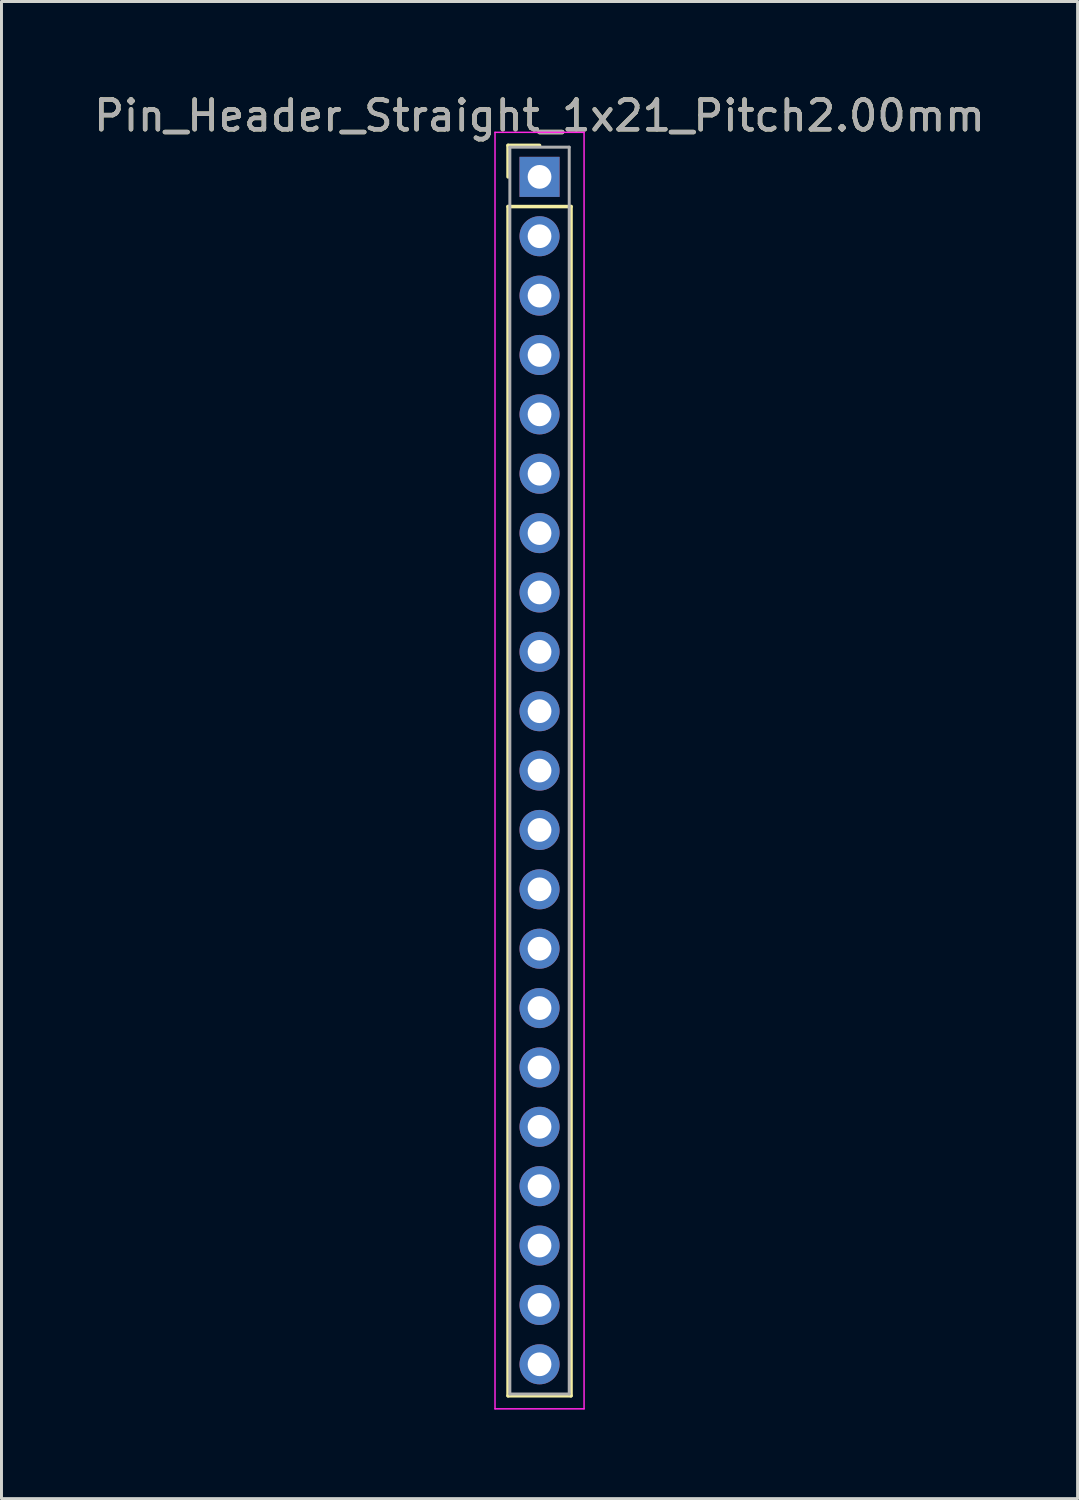
<source format=kicad_pcb>
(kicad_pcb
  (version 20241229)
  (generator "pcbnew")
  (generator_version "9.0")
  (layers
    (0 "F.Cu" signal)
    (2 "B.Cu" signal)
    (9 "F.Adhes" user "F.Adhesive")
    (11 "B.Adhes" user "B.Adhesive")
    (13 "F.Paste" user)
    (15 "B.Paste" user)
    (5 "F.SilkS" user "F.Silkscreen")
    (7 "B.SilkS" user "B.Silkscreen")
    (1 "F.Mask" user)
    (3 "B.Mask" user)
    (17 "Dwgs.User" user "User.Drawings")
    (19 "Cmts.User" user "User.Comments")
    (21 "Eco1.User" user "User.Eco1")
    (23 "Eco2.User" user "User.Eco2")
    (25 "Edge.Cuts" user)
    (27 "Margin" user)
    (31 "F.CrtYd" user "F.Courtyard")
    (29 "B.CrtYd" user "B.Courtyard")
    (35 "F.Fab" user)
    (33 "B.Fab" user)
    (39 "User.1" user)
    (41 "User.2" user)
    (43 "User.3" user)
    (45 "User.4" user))
  (footprint "Pin_Header_Straight_1x21_Pitch2.00mm"
    (layer "F.Cu")
    (at 15.125 2.908)
    (property "Reference" "Pin_Header_Straight_1x21_Pitch2.00mm" (at 0 -2.06 0) (layer "F.SilkS") (effects (font (size 1 1) (thickness 0.15))))
    (attr through_hole)
    (fp_line (start -1.06 -1.06) (end 0 -1.06) (stroke (width 0.12) (type solid)) (layer "F.SilkS"))
    (fp_line (start -1.06 0) (end -1.06 -1.06) (stroke (width 0.12) (type solid)) (layer "F.SilkS"))
    (fp_line (start -1.06 1) (end -1.06 41.06) (stroke (width 0.12) (type solid)) (layer "F.SilkS"))
    (fp_line (start -1.06 41.06) (end 1.06 41.06) (stroke (width 0.12) (type solid)) (layer "F.SilkS"))
    (fp_line (start 1.06 1) (end -1.06 1) (stroke (width 0.12) (type solid)) (layer "F.SilkS"))
    (fp_line (start 1.06 41.06) (end 1.06 1) (stroke (width 0.12) (type solid)) (layer "F.SilkS"))
    (fp_line (start -1.5 -1.5) (end -1.5 41.5) (stroke (width 0.05) (type solid)) (layer "F.CrtYd"))
    (fp_line (start -1.5 41.5) (end 1.5 41.5) (stroke (width 0.05) (type solid)) (layer "F.CrtYd"))
    (fp_line (start 1.5 -1.5) (end -1.5 -1.5) (stroke (width 0.05) (type solid)) (layer "F.CrtYd"))
    (fp_line (start 1.5 41.5) (end 1.5 -1.5) (stroke (width 0.05) (type solid)) (layer "F.CrtYd"))
    (fp_line (start -1 -1) (end -1 41) (stroke (width 0.1) (type solid)) (layer "F.Fab"))
    (fp_line (start -1 41) (end 1 41) (stroke (width 0.1) (type solid)) (layer "F.Fab"))
    (fp_line (start 1 -1) (end -1 -1) (stroke (width 0.1) (type solid)) (layer "F.Fab"))
    (fp_line (start 1 41) (end 1 -1) (stroke (width 0.1) (type solid)) (layer "F.Fab"))
    (fp_text user "${REFERENCE}" (at 0 -2.06 0) (layer "F.Fab") (effects (font (size 1 1) (thickness 0.15))))
    (pad "1" thru_hole rect (at 0 0) (size 1.35 1.35) (drill 0.8) (layers "*.Cu" "*.Mask"))
    (pad "2" thru_hole oval (at 0 2) (size 1.35 1.35) (drill 0.8) (layers "*.Cu" "*.Mask"))
    (pad "3" thru_hole oval (at 0 4) (size 1.35 1.35) (drill 0.8) (layers "*.Cu" "*.Mask"))
    (pad "4" thru_hole oval (at 0 6) (size 1.35 1.35) (drill 0.8) (layers "*.Cu" "*.Mask"))
    (pad "5" thru_hole oval (at 0 8) (size 1.35 1.35) (drill 0.8) (layers "*.Cu" "*.Mask"))
    (pad "6" thru_hole oval (at 0 10) (size 1.35 1.35) (drill 0.8) (layers "*.Cu" "*.Mask"))
    (pad "7" thru_hole oval (at 0 12) (size 1.35 1.35) (drill 0.8) (layers "*.Cu" "*.Mask"))
    (pad "8" thru_hole oval (at 0 14) (size 1.35 1.35) (drill 0.8) (layers "*.Cu" "*.Mask"))
    (pad "9" thru_hole oval (at 0 16) (size 1.35 1.35) (drill 0.8) (layers "*.Cu" "*.Mask"))
    (pad "10" thru_hole oval (at 0 18) (size 1.35 1.35) (drill 0.8) (layers "*.Cu" "*.Mask"))
    (pad "11" thru_hole oval (at 0 20) (size 1.35 1.35) (drill 0.8) (layers "*.Cu" "*.Mask"))
    (pad "12" thru_hole oval (at 0 22) (size 1.35 1.35) (drill 0.8) (layers "*.Cu" "*.Mask"))
    (pad "13" thru_hole oval (at 0 24) (size 1.35 1.35) (drill 0.8) (layers "*.Cu" "*.Mask"))
    (pad "14" thru_hole oval (at 0 26) (size 1.35 1.35) (drill 0.8) (layers "*.Cu" "*.Mask"))
    (pad "15" thru_hole oval (at 0 28) (size 1.35 1.35) (drill 0.8) (layers "*.Cu" "*.Mask"))
    (pad "16" thru_hole oval (at 0 30) (size 1.35 1.35) (drill 0.8) (layers "*.Cu" "*.Mask"))
    (pad "17" thru_hole oval (at 0 32) (size 1.35 1.35) (drill 0.8) (layers "*.Cu" "*.Mask"))
    (pad "18" thru_hole oval (at 0 34) (size 1.35 1.35) (drill 0.8) (layers "*.Cu" "*.Mask"))
    (pad "19" thru_hole oval (at 0 36) (size 1.35 1.35) (drill 0.8) (layers "*.Cu" "*.Mask"))
    (pad "20" thru_hole oval (at 0 38) (size 1.35 1.35) (drill 0.8) (layers "*.Cu" "*.Mask"))
    (pad "21" thru_hole oval (at 0 40) (size 1.35 1.35) (drill 0.8) (layers "*.Cu" "*.Mask")))
  (gr_rect
    (start -3 -3)
    (end 33.25 47.433)
    (stroke (width 0.1) (type default))
    (fill no)
    (layer "Edge.Cuts")))
</source>
